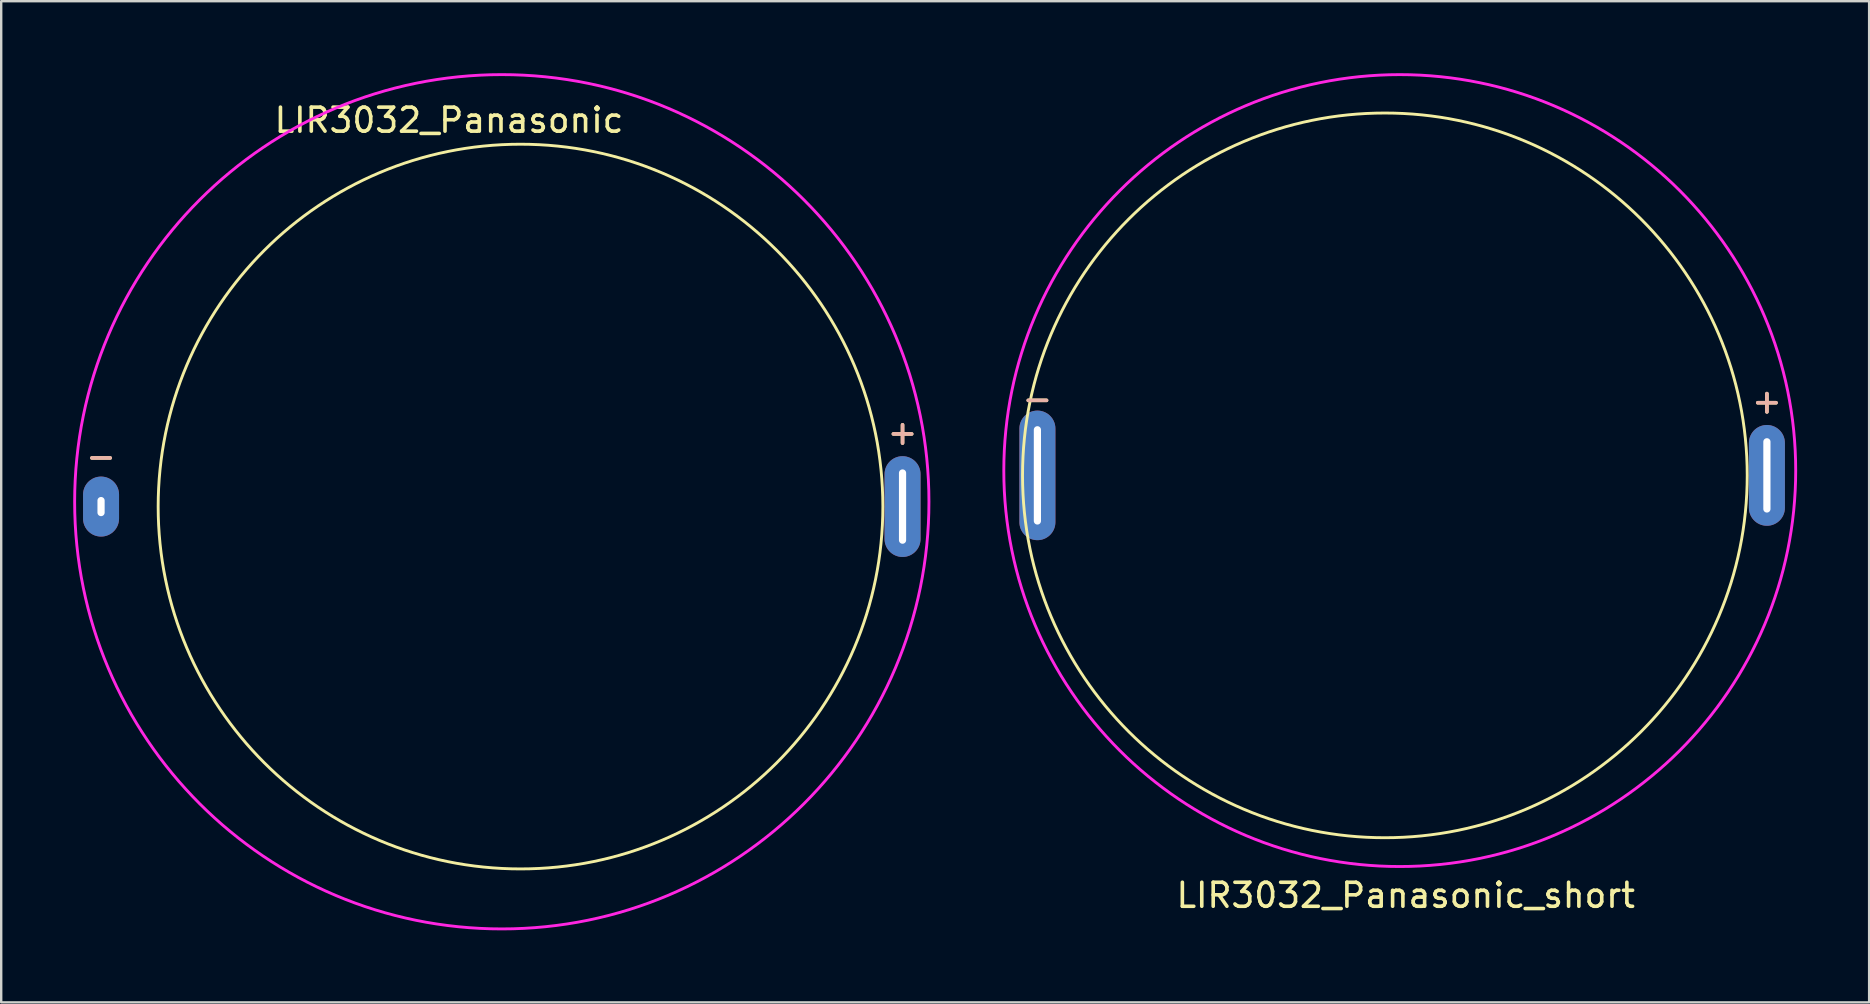
<source format=kicad_pcb>
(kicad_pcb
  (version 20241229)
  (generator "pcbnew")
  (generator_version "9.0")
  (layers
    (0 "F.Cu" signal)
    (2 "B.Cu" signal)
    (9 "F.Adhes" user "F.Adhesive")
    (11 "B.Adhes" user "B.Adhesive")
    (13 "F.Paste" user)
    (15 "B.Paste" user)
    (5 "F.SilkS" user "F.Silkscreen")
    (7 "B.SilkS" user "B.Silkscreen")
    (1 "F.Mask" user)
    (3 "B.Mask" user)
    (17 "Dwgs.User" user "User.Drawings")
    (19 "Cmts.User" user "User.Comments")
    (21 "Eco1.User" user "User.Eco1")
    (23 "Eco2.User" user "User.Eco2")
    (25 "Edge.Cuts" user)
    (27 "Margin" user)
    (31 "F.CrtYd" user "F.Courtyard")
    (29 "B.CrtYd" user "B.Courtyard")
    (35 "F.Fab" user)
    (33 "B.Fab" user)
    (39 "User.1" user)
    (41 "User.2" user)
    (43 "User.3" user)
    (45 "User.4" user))
  (footprint "LIR3032_Panasonic_short"
    (layer "F.Cu")
    (at 55.281 16.56)
    (property "Reference" "LIR3032_Panasonic_short" (at 0.25 17.7 0) (layer "F.SilkS") (effects (font (size 1 1) (thickness 0.15))))
    (attr through_hole)
    (fp_circle (center -0.62 0.2) (end 14.48 0.2) (stroke (width 0.12) (type solid)) (fill no) (layer "F.SilkS"))
    (fp_circle (center 0 0) (end 16.5 0) (stroke (width 0.12) (type solid)) (fill no) (layer "F.CrtYd"))
    (fp_text user "-" (at -15.1 -3 0) (layer "F.SilkS") (effects (font (size 1 1) (thickness 0.15))))
    (fp_text user "+" (at 15.3 -2.9 0) (layer "F.SilkS") (effects (font (size 1 1) (thickness 0.15))))
    (fp_text user "-" (at -15.1 -3 0) (layer "B.SilkS") (effects (font (size 1 1) (thickness 0.15))))
    (fp_text user "+" (at 15.3 -2.9 0) (layer "B.SilkS") (effects (font (size 1 1) (thickness 0.15))))
    (pad "1" thru_hole oval (at 15.3 0.2) (size 1.5 4.2) (drill oval 0.3 3.1) (layers "*.Cu" "*.Mask"))
    (pad "2" thru_hole oval (at -15.1 0.2) (size 1.5 5.4) (drill oval 0.3 4.1) (layers "*.Cu" "*.Mask")))
  (footprint "LIR3032_Panasonic"
    (layer "F.Cu")
    (at 1.161 18.06)
    (property "Reference" "LIR3032_Panasonic" (at 14.5 -16.1 0) (layer "F.SilkS") (effects (font (size 1 1) (thickness 0.15))))
    (attr through_hole)
    (fp_circle (center 17.48 0) (end 32.58 0) (stroke (width 0.12) (type solid)) (fill no) (layer "F.SilkS"))
    (fp_circle (center 16.7 -0.2) (end 34.5 -0.3) (stroke (width 0.12) (type solid)) (fill no) (layer "F.CrtYd"))
    (fp_text user "+" (at 33.4 -3.1 0) (layer "F.SilkS") (effects (font (size 1 1) (thickness 0.15))))
    (fp_text user "-" (at 0 -2.1 0) (layer "F.SilkS") (effects (font (size 1 1) (thickness 0.15))))
    (fp_text user "+" (at 33.4 -3.1 0) (layer "B.SilkS") (effects (font (size 1 1) (thickness 0.15))))
    (fp_text user "-" (at 0 -2.1 0) (layer "B.SilkS") (effects (font (size 1 1) (thickness 0.15))))
    (pad "1" thru_hole oval (at 0 0) (size 1.5 2.5) (drill oval 0.3 0.8) (layers "*.Cu" "*.Mask"))
    (pad "2" thru_hole oval (at 33.4 0) (size 1.5 4.2) (drill oval 0.3 3.1) (layers "*.Cu" "*.Mask")))
  (gr_rect
    (start -3 -3)
    (end 74.841 38.721)
    (stroke (width 0.1) (type default))
    (fill no)
    (layer "Edge.Cuts")))
</source>
